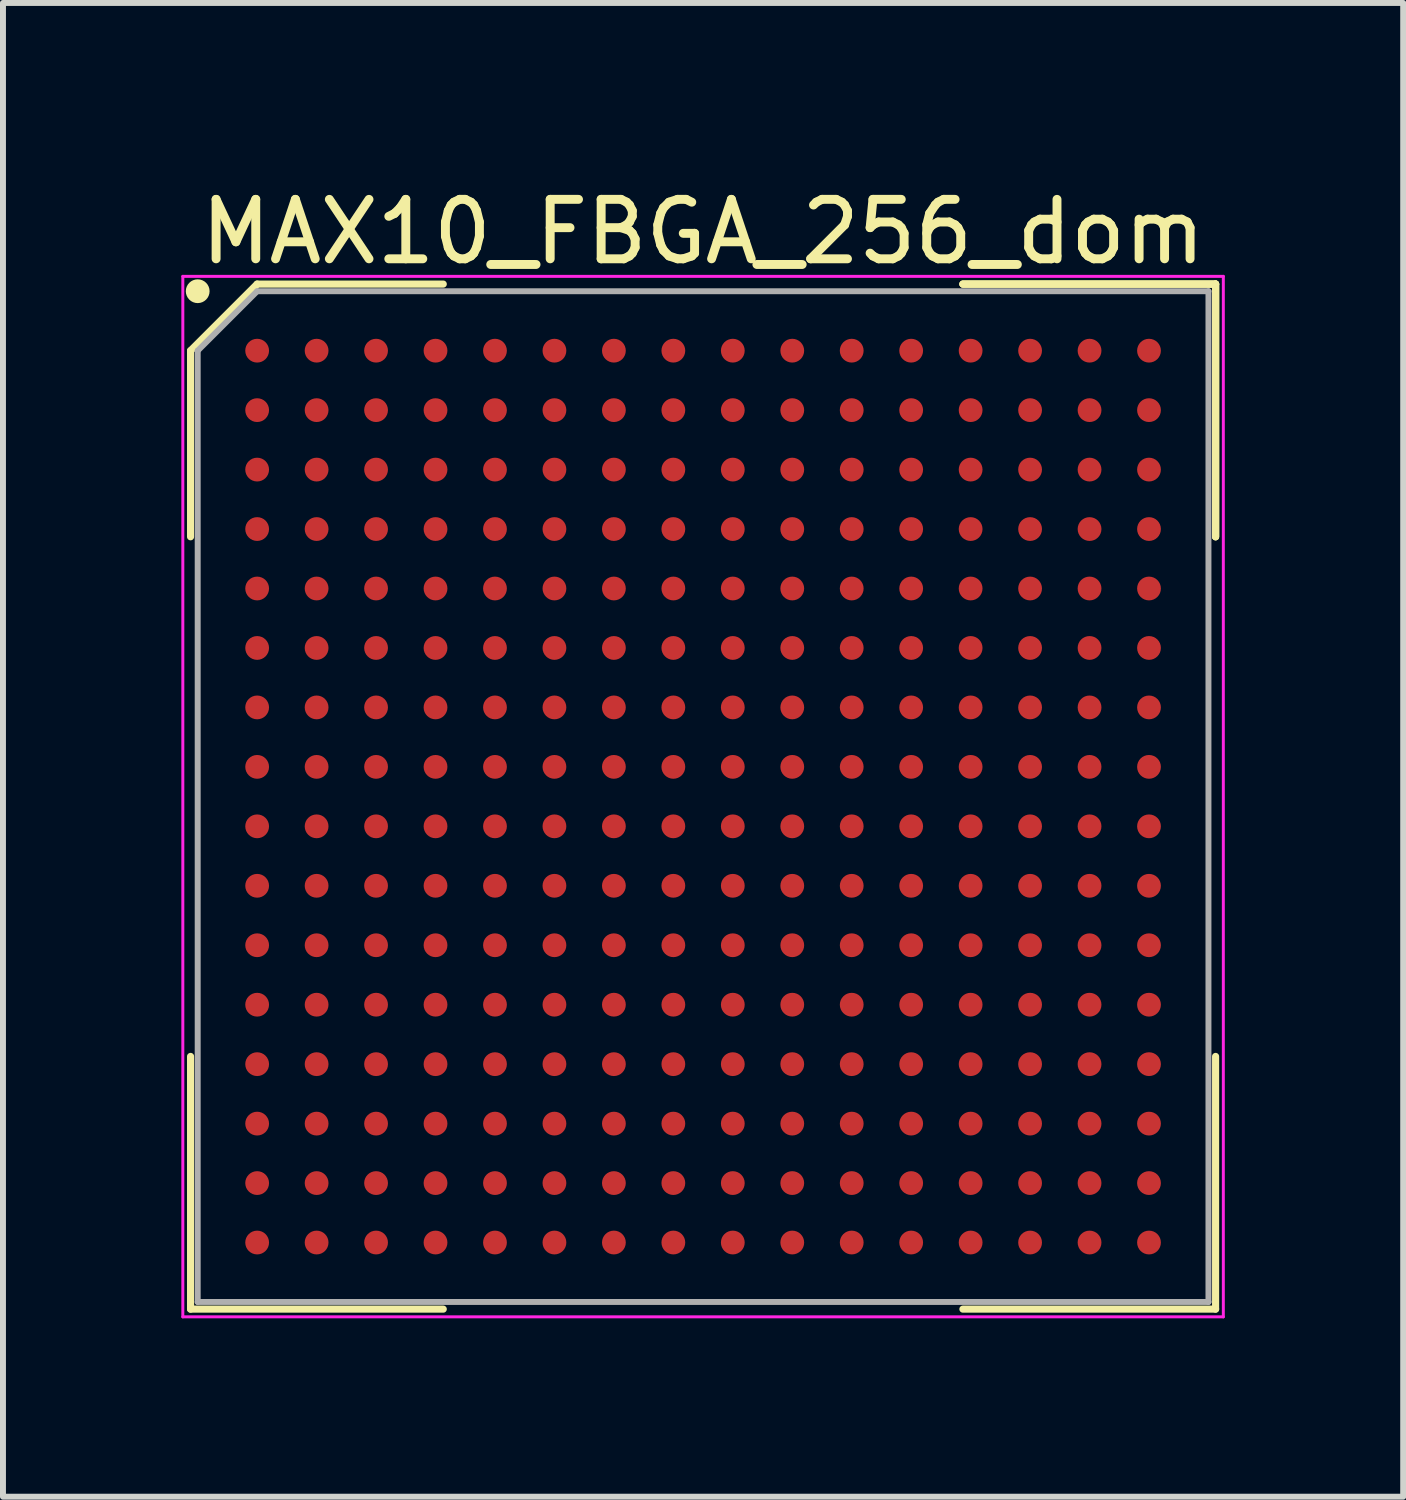
<source format=kicad_pcb>
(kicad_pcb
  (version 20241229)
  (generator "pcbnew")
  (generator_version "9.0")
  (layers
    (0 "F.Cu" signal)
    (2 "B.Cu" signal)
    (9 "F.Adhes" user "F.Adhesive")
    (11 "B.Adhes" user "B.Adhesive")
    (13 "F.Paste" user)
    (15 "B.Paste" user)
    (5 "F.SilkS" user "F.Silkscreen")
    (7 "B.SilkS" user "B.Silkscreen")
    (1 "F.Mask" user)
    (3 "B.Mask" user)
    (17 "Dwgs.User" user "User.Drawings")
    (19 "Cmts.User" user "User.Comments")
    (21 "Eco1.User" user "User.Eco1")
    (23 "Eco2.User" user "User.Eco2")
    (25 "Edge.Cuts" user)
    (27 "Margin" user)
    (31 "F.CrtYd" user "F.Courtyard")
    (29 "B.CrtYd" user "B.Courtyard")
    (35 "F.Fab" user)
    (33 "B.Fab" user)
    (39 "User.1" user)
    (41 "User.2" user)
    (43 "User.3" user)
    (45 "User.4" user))
  (footprint "MAX10_FBGA_256_dom"
    (layer "F.Cu")
    (at 8.775 10.348)
    (property "Reference" "MAX10_FBGA_256_dom" (at 0 -9.5 0) (layer "F.SilkS") (effects (font (size 1 1) (thickness 0.15))))
    (attr smd)
    (fp_line (start -8.62 -7.5) (end -8.62 -4.37) (stroke (width 0.12) (type solid)) (layer "F.SilkS"))
    (fp_line (start -8.62 8.62) (end -8.62 4.37) (stroke (width 0.12) (type solid)) (layer "F.SilkS"))
    (fp_line (start -7.5 -8.62) (end -8.62 -7.5) (stroke (width 0.12) (type solid)) (layer "F.SilkS"))
    (fp_line (start -4.37 -8.62) (end -7.5 -8.62) (stroke (width 0.12) (type solid)) (layer "F.SilkS"))
    (fp_line (start -4.37 8.62) (end -8.62 8.62) (stroke (width 0.12) (type solid)) (layer "F.SilkS"))
    (fp_line (start 4.37 -8.62) (end 8.62 -8.62) (stroke (width 0.12) (type solid)) (layer "F.SilkS"))
    (fp_line (start 4.37 -8.62) (end 8.62 -8.62) (stroke (width 0.12) (type solid)) (layer "F.SilkS"))
    (fp_line (start 4.37 -8.62) (end 8.62 -8.62) (stroke (width 0.12) (type solid)) (layer "F.SilkS"))
    (fp_line (start 4.37 8.62) (end 8.62 8.62) (stroke (width 0.12) (type solid)) (layer "F.SilkS"))
    (fp_line (start 8.62 -8.62) (end 8.62 -4.37) (stroke (width 0.12) (type solid)) (layer "F.SilkS"))
    (fp_line (start 8.62 -8.62) (end 8.62 -4.37) (stroke (width 0.12) (type solid)) (layer "F.SilkS"))
    (fp_line (start 8.62 -8.62) (end 8.62 -4.37) (stroke (width 0.12) (type solid)) (layer "F.SilkS"))
    (fp_line (start 8.62 8.62) (end 8.62 4.37) (stroke (width 0.12) (type solid)) (layer "F.SilkS"))
    (fp_circle (center -8.5 -8.5) (end -8.5 -8.4) (stroke (width 0.2) (type solid)) (fill no) (layer "F.SilkS"))
    (fp_line (start -8.75 -8.75) (end 8.75 -8.75) (stroke (width 0.05) (type solid)) (layer "F.CrtYd"))
    (fp_line (start -8.75 8.75) (end -8.75 -8.75) (stroke (width 0.05) (type solid)) (layer "F.CrtYd"))
    (fp_line (start 8.75 -8.75) (end 8.75 8.75) (stroke (width 0.05) (type solid)) (layer "F.CrtYd"))
    (fp_line (start 8.75 8.75) (end -8.75 8.75) (stroke (width 0.05) (type solid)) (layer "F.CrtYd"))
    (fp_line (start -8.5 -7.5) (end -8.5 8.5) (stroke (width 0.1) (type solid)) (layer "F.Fab"))
    (fp_line (start -8.5 8.5) (end 8.5 8.5) (stroke (width 0.1) (type solid)) (layer "F.Fab"))
    (fp_line (start -7.5 -8.5) (end -8.5 -7.5) (stroke (width 0.1) (type solid)) (layer "F.Fab"))
    (fp_line (start 8.5 -8.5) (end -7.5 -8.5) (stroke (width 0.1) (type solid)) (layer "F.Fab"))
    (fp_line (start 8.5 8.5) (end 8.5 -8.5) (stroke (width 0.1) (type solid)) (layer "F.Fab"))
    (pad "A1" smd circle (at -7.5 -7.5) (size 0.4 0.4) (layers "F.Cu" "F.Mask" "F.Paste"))
    (pad "A2" smd circle (at -6.5 -7.5) (size 0.4 0.4) (layers "F.Cu" "F.Mask" "F.Paste"))
    (pad "A3" smd circle (at -5.5 -7.5) (size 0.4 0.4) (layers "F.Cu" "F.Mask" "F.Paste"))
    (pad "A4" smd circle (at -4.5 -7.5) (size 0.4 0.4) (layers "F.Cu" "F.Mask" "F.Paste"))
    (pad "A5" smd circle (at -3.5 -7.5) (size 0.4 0.4) (layers "F.Cu" "F.Mask" "F.Paste"))
    (pad "A6" smd circle (at -2.5 -7.5) (size 0.4 0.4) (layers "F.Cu" "F.Mask" "F.Paste"))
    (pad "A7" smd circle (at -1.5 -7.5) (size 0.4 0.4) (layers "F.Cu" "F.Mask" "F.Paste"))
    (pad "A8" smd circle (at -0.5 -7.5) (size 0.4 0.4) (layers "F.Cu" "F.Mask" "F.Paste"))
    (pad "A9" smd circle (at 0.5 -7.5) (size 0.4 0.4) (layers "F.Cu" "F.Mask" "F.Paste"))
    (pad "A10" smd circle (at 1.5 -7.5) (size 0.4 0.4) (layers "F.Cu" "F.Mask" "F.Paste"))
    (pad "A11" smd circle (at 2.5 -7.5) (size 0.4 0.4) (layers "F.Cu" "F.Mask" "F.Paste"))
    (pad "A12" smd circle (at 3.5 -7.5) (size 0.4 0.4) (layers "F.Cu" "F.Mask" "F.Paste"))
    (pad "A13" smd circle (at 4.5 -7.5) (size 0.4 0.4) (layers "F.Cu" "F.Mask" "F.Paste"))
    (pad "A14" smd circle (at 5.5 -7.5) (size 0.4 0.4) (layers "F.Cu" "F.Mask" "F.Paste"))
    (pad "A15" smd circle (at 6.5 -7.5) (size 0.4 0.4) (layers "F.Cu" "F.Mask" "F.Paste"))
    (pad "A16" smd circle (at 7.5 -7.5) (size 0.4 0.4) (layers "F.Cu" "F.Mask" "F.Paste"))
    (pad "B1" smd circle (at -7.5 -6.5) (size 0.4 0.4) (layers "F.Cu" "F.Mask" "F.Paste"))
    (pad "B2" smd circle (at -6.5 -6.5) (size 0.4 0.4) (layers "F.Cu" "F.Mask" "F.Paste"))
    (pad "B3" smd circle (at -5.5 -6.5) (size 0.4 0.4) (layers "F.Cu" "F.Mask" "F.Paste"))
    (pad "B4" smd circle (at -4.5 -6.5) (size 0.4 0.4) (layers "F.Cu" "F.Mask" "F.Paste"))
    (pad "B5" smd circle (at -3.5 -6.5) (size 0.4 0.4) (layers "F.Cu" "F.Mask" "F.Paste"))
    (pad "B6" smd circle (at -2.5 -6.5) (size 0.4 0.4) (layers "F.Cu" "F.Mask" "F.Paste"))
    (pad "B7" smd circle (at -1.5 -6.5) (size 0.4 0.4) (layers "F.Cu" "F.Mask" "F.Paste"))
    (pad "B8" smd circle (at -0.5 -6.5) (size 0.4 0.4) (layers "F.Cu" "F.Mask" "F.Paste"))
    (pad "B9" smd circle (at 0.5 -6.5) (size 0.4 0.4) (layers "F.Cu" "F.Mask" "F.Paste"))
    (pad "B10" smd circle (at 1.5 -6.5) (size 0.4 0.4) (layers "F.Cu" "F.Mask" "F.Paste"))
    (pad "B11" smd circle (at 2.5 -6.5) (size 0.4 0.4) (layers "F.Cu" "F.Mask" "F.Paste"))
    (pad "B12" smd circle (at 3.5 -6.5) (size 0.4 0.4) (layers "F.Cu" "F.Mask" "F.Paste"))
    (pad "B13" smd circle (at 4.5 -6.5) (size 0.4 0.4) (layers "F.Cu" "F.Mask" "F.Paste"))
    (pad "B14" smd circle (at 5.5 -6.5) (size 0.4 0.4) (layers "F.Cu" "F.Mask" "F.Paste"))
    (pad "B15" smd circle (at 6.5 -6.5) (size 0.4 0.4) (layers "F.Cu" "F.Mask" "F.Paste"))
    (pad "B16" smd circle (at 7.5 -6.5) (size 0.4 0.4) (layers "F.Cu" "F.Mask" "F.Paste"))
    (pad "C1" smd circle (at -7.5 -5.5) (size 0.4 0.4) (layers "F.Cu" "F.Mask" "F.Paste"))
    (pad "C2" smd circle (at -6.5 -5.5) (size 0.4 0.4) (layers "F.Cu" "F.Mask" "F.Paste"))
    (pad "C3" smd circle (at -5.5 -5.5) (size 0.4 0.4) (layers "F.Cu" "F.Mask" "F.Paste"))
    (pad "C4" smd circle (at -4.5 -5.5) (size 0.4 0.4) (layers "F.Cu" "F.Mask" "F.Paste"))
    (pad "C5" smd circle (at -3.5 -5.5) (size 0.4 0.4) (layers "F.Cu" "F.Mask" "F.Paste"))
    (pad "C6" smd circle (at -2.5 -5.5) (size 0.4 0.4) (layers "F.Cu" "F.Mask" "F.Paste"))
    (pad "C7" smd circle (at -1.5 -5.5) (size 0.4 0.4) (layers "F.Cu" "F.Mask" "F.Paste"))
    (pad "C8" smd circle (at -0.5 -5.5) (size 0.4 0.4) (layers "F.Cu" "F.Mask" "F.Paste"))
    (pad "C9" smd circle (at 0.5 -5.5) (size 0.4 0.4) (layers "F.Cu" "F.Mask" "F.Paste"))
    (pad "C10" smd circle (at 1.5 -5.5) (size 0.4 0.4) (layers "F.Cu" "F.Mask" "F.Paste"))
    (pad "C11" smd circle (at 2.5 -5.5) (size 0.4 0.4) (layers "F.Cu" "F.Mask" "F.Paste"))
    (pad "C12" smd circle (at 3.5 -5.5) (size 0.4 0.4) (layers "F.Cu" "F.Mask" "F.Paste"))
    (pad "C13" smd circle (at 4.5 -5.5) (size 0.4 0.4) (layers "F.Cu" "F.Mask" "F.Paste"))
    (pad "C14" smd circle (at 5.5 -5.5) (size 0.4 0.4) (layers "F.Cu" "F.Mask" "F.Paste"))
    (pad "C15" smd circle (at 6.5 -5.5) (size 0.4 0.4) (layers "F.Cu" "F.Mask" "F.Paste"))
    (pad "C16" smd circle (at 7.5 -5.5) (size 0.4 0.4) (layers "F.Cu" "F.Mask" "F.Paste"))
    (pad "D1" smd circle (at -7.5 -4.5) (size 0.4 0.4) (layers "F.Cu" "F.Mask" "F.Paste"))
    (pad "D2" smd circle (at -6.5 -4.5) (size 0.4 0.4) (layers "F.Cu" "F.Mask" "F.Paste"))
    (pad "D3" smd circle (at -5.5 -4.5) (size 0.4 0.4) (layers "F.Cu" "F.Mask" "F.Paste"))
    (pad "D4" smd circle (at -4.5 -4.5) (size 0.4 0.4) (layers "F.Cu" "F.Mask" "F.Paste"))
    (pad "D5" smd circle (at -3.5 -4.5) (size 0.4 0.4) (layers "F.Cu" "F.Mask" "F.Paste"))
    (pad "D6" smd circle (at -2.5 -4.5) (size 0.4 0.4) (layers "F.Cu" "F.Mask" "F.Paste"))
    (pad "D7" smd circle (at -1.5 -4.5) (size 0.4 0.4) (layers "F.Cu" "F.Mask" "F.Paste"))
    (pad "D8" smd circle (at -0.5 -4.5) (size 0.4 0.4) (layers "F.Cu" "F.Mask" "F.Paste"))
    (pad "D9" smd circle (at 0.5 -4.5) (size 0.4 0.4) (layers "F.Cu" "F.Mask" "F.Paste"))
    (pad "D10" smd circle (at 1.5 -4.5) (size 0.4 0.4) (layers "F.Cu" "F.Mask" "F.Paste"))
    (pad "D11" smd circle (at 2.5 -4.5) (size 0.4 0.4) (layers "F.Cu" "F.Mask" "F.Paste"))
    (pad "D12" smd circle (at 3.5 -4.5) (size 0.4 0.4) (layers "F.Cu" "F.Mask" "F.Paste"))
    (pad "D13" smd circle (at 4.5 -4.5) (size 0.4 0.4) (layers "F.Cu" "F.Mask" "F.Paste"))
    (pad "D14" smd circle (at 5.5 -4.5) (size 0.4 0.4) (layers "F.Cu" "F.Mask" "F.Paste"))
    (pad "D15" smd circle (at 6.5 -4.5) (size 0.4 0.4) (layers "F.Cu" "F.Mask" "F.Paste"))
    (pad "D16" smd circle (at 7.5 -4.5) (size 0.4 0.4) (layers "F.Cu" "F.Mask" "F.Paste"))
    (pad "E1" smd circle (at -7.5 -3.5) (size 0.4 0.4) (layers "F.Cu" "F.Mask" "F.Paste"))
    (pad "E2" smd circle (at -6.5 -3.5) (size 0.4 0.4) (layers "F.Cu" "F.Mask" "F.Paste"))
    (pad "E3" smd circle (at -5.5 -3.5) (size 0.4 0.4) (layers "F.Cu" "F.Mask" "F.Paste"))
    (pad "E4" smd circle (at -4.5 -3.5) (size 0.4 0.4) (layers "F.Cu" "F.Mask" "F.Paste"))
    (pad "E5" smd circle (at -3.5 -3.5) (size 0.4 0.4) (layers "F.Cu" "F.Mask" "F.Paste"))
    (pad "E6" smd circle (at -2.5 -3.5) (size 0.4 0.4) (layers "F.Cu" "F.Mask" "F.Paste"))
    (pad "E7" smd circle (at -1.5 -3.5) (size 0.4 0.4) (layers "F.Cu" "F.Mask" "F.Paste"))
    (pad "E8" smd circle (at -0.5 -3.5) (size 0.4 0.4) (layers "F.Cu" "F.Mask" "F.Paste"))
    (pad "E9" smd circle (at 0.5 -3.5) (size 0.4 0.4) (layers "F.Cu" "F.Mask" "F.Paste"))
    (pad "E10" smd circle (at 1.5 -3.5) (size 0.4 0.4) (layers "F.Cu" "F.Mask" "F.Paste"))
    (pad "E11" smd circle (at 2.5 -3.5) (size 0.4 0.4) (layers "F.Cu" "F.Mask" "F.Paste"))
    (pad "E12" smd circle (at 3.5 -3.5) (size 0.4 0.4) (layers "F.Cu" "F.Mask" "F.Paste"))
    (pad "E13" smd circle (at 4.5 -3.5) (size 0.4 0.4) (layers "F.Cu" "F.Mask" "F.Paste"))
    (pad "E14" smd circle (at 5.5 -3.5) (size 0.4 0.4) (layers "F.Cu" "F.Mask" "F.Paste"))
    (pad "E15" smd circle (at 6.5 -3.5) (size 0.4 0.4) (layers "F.Cu" "F.Mask" "F.Paste"))
    (pad "E16" smd circle (at 7.5 -3.5) (size 0.4 0.4) (layers "F.Cu" "F.Mask" "F.Paste"))
    (pad "F1" smd circle (at -7.5 -2.5) (size 0.4 0.4) (layers "F.Cu" "F.Mask" "F.Paste"))
    (pad "F2" smd circle (at -6.5 -2.5) (size 0.4 0.4) (layers "F.Cu" "F.Mask" "F.Paste"))
    (pad "F3" smd circle (at -5.5 -2.5) (size 0.4 0.4) (layers "F.Cu" "F.Mask" "F.Paste"))
    (pad "F4" smd circle (at -4.5 -2.5) (size 0.4 0.4) (layers "F.Cu" "F.Mask" "F.Paste"))
    (pad "F5" smd circle (at -3.5 -2.5) (size 0.4 0.4) (layers "F.Cu" "F.Mask" "F.Paste"))
    (pad "F6" smd circle (at -2.5 -2.5) (size 0.4 0.4) (layers "F.Cu" "F.Mask" "F.Paste"))
    (pad "F7" smd circle (at -1.5 -2.5) (size 0.4 0.4) (layers "F.Cu" "F.Mask" "F.Paste"))
    (pad "F8" smd circle (at -0.5 -2.5) (size 0.4 0.4) (layers "F.Cu" "F.Mask" "F.Paste"))
    (pad "F9" smd circle (at 0.5 -2.5) (size 0.4 0.4) (layers "F.Cu" "F.Mask" "F.Paste"))
    (pad "F10" smd circle (at 1.5 -2.5) (size 0.4 0.4) (layers "F.Cu" "F.Mask" "F.Paste"))
    (pad "F11" smd circle (at 2.5 -2.5) (size 0.4 0.4) (layers "F.Cu" "F.Mask" "F.Paste"))
    (pad "F12" smd circle (at 3.5 -2.5) (size 0.4 0.4) (layers "F.Cu" "F.Mask" "F.Paste"))
    (pad "F13" smd circle (at 4.5 -2.5) (size 0.4 0.4) (layers "F.Cu" "F.Mask" "F.Paste"))
    (pad "F14" smd circle (at 5.5 -2.5) (size 0.4 0.4) (layers "F.Cu" "F.Mask" "F.Paste"))
    (pad "F15" smd circle (at 6.5 -2.5) (size 0.4 0.4) (layers "F.Cu" "F.Mask" "F.Paste"))
    (pad "F16" smd circle (at 7.5 -2.5) (size 0.4 0.4) (layers "F.Cu" "F.Mask" "F.Paste"))
    (pad "G1" smd circle (at -7.5 -1.5) (size 0.4 0.4) (layers "F.Cu" "F.Mask" "F.Paste"))
    (pad "G2" smd circle (at -6.5 -1.5) (size 0.4 0.4) (layers "F.Cu" "F.Mask" "F.Paste"))
    (pad "G3" smd circle (at -5.5 -1.5) (size 0.4 0.4) (layers "F.Cu" "F.Mask" "F.Paste"))
    (pad "G4" smd circle (at -4.5 -1.5) (size 0.4 0.4) (layers "F.Cu" "F.Mask" "F.Paste"))
    (pad "G5" smd circle (at -3.5 -1.5) (size 0.4 0.4) (layers "F.Cu" "F.Mask" "F.Paste"))
    (pad "G6" smd circle (at -2.5 -1.5) (size 0.4 0.4) (layers "F.Cu" "F.Mask" "F.Paste"))
    (pad "G7" smd circle (at -1.5 -1.5) (size 0.4 0.4) (layers "F.Cu" "F.Mask" "F.Paste"))
    (pad "G8" smd circle (at -0.5 -1.5) (size 0.4 0.4) (layers "F.Cu" "F.Mask" "F.Paste"))
    (pad "G9" smd circle (at 0.5 -1.5) (size 0.4 0.4) (layers "F.Cu" "F.Mask" "F.Paste"))
    (pad "G10" smd circle (at 1.5 -1.5) (size 0.4 0.4) (layers "F.Cu" "F.Mask" "F.Paste"))
    (pad "G11" smd circle (at 2.5 -1.5) (size 0.4 0.4) (layers "F.Cu" "F.Mask" "F.Paste"))
    (pad "G12" smd circle (at 3.5 -1.5) (size 0.4 0.4) (layers "F.Cu" "F.Mask" "F.Paste"))
    (pad "G13" smd circle (at 4.5 -1.5) (size 0.4 0.4) (layers "F.Cu" "F.Mask" "F.Paste"))
    (pad "G14" smd circle (at 5.5 -1.5) (size 0.4 0.4) (layers "F.Cu" "F.Mask" "F.Paste"))
    (pad "G15" smd circle (at 6.5 -1.5) (size 0.4 0.4) (layers "F.Cu" "F.Mask" "F.Paste"))
    (pad "G16" smd circle (at 7.5 -1.5) (size 0.4 0.4) (layers "F.Cu" "F.Mask" "F.Paste"))
    (pad "H1" smd circle (at -7.5 -0.5) (size 0.4 0.4) (layers "F.Cu" "F.Mask" "F.Paste"))
    (pad "H2" smd circle (at -6.5 -0.5) (size 0.4 0.4) (layers "F.Cu" "F.Mask" "F.Paste"))
    (pad "H3" smd circle (at -5.5 -0.5) (size 0.4 0.4) (layers "F.Cu" "F.Mask" "F.Paste"))
    (pad "H4" smd circle (at -4.5 -0.5) (size 0.4 0.4) (layers "F.Cu" "F.Mask" "F.Paste"))
    (pad "H5" smd circle (at -3.5 -0.5) (size 0.4 0.4) (layers "F.Cu" "F.Mask" "F.Paste"))
    (pad "H6" smd circle (at -2.5 -0.5) (size 0.4 0.4) (layers "F.Cu" "F.Mask" "F.Paste"))
    (pad "H7" smd circle (at -1.5 -0.5) (size 0.4 0.4) (layers "F.Cu" "F.Mask" "F.Paste"))
    (pad "H8" smd circle (at -0.5 -0.5) (size 0.4 0.4) (layers "F.Cu" "F.Mask" "F.Paste"))
    (pad "H9" smd circle (at 0.5 -0.5) (size 0.4 0.4) (layers "F.Cu" "F.Mask" "F.Paste"))
    (pad "H10" smd circle (at 1.5 -0.5) (size 0.4 0.4) (layers "F.Cu" "F.Mask" "F.Paste"))
    (pad "H11" smd circle (at 2.5 -0.5) (size 0.4 0.4) (layers "F.Cu" "F.Mask" "F.Paste"))
    (pad "H12" smd circle (at 3.5 -0.5) (size 0.4 0.4) (layers "F.Cu" "F.Mask" "F.Paste"))
    (pad "H13" smd circle (at 4.5 -0.5) (size 0.4 0.4) (layers "F.Cu" "F.Mask" "F.Paste"))
    (pad "H14" smd circle (at 5.5 -0.5) (size 0.4 0.4) (layers "F.Cu" "F.Mask" "F.Paste"))
    (pad "H15" smd circle (at 6.5 -0.5) (size 0.4 0.4) (layers "F.Cu" "F.Mask" "F.Paste"))
    (pad "H16" smd circle (at 7.5 -0.5) (size 0.4 0.4) (layers "F.Cu" "F.Mask" "F.Paste"))
    (pad "J1" smd circle (at -7.5 0.5) (size 0.4 0.4) (layers "F.Cu" "F.Mask" "F.Paste"))
    (pad "J2" smd circle (at -6.5 0.5) (size 0.4 0.4) (layers "F.Cu" "F.Mask" "F.Paste"))
    (pad "J3" smd circle (at -5.5 0.5) (size 0.4 0.4) (layers "F.Cu" "F.Mask" "F.Paste"))
    (pad "J4" smd circle (at -4.5 0.5) (size 0.4 0.4) (layers "F.Cu" "F.Mask" "F.Paste"))
    (pad "J5" smd circle (at -3.5 0.5) (size 0.4 0.4) (layers "F.Cu" "F.Mask" "F.Paste"))
    (pad "J6" smd circle (at -2.5 0.5) (size 0.4 0.4) (layers "F.Cu" "F.Mask" "F.Paste"))
    (pad "J7" smd circle (at -1.5 0.5) (size 0.4 0.4) (layers "F.Cu" "F.Mask" "F.Paste"))
    (pad "J8" smd circle (at -0.5 0.5) (size 0.4 0.4) (layers "F.Cu" "F.Mask" "F.Paste"))
    (pad "J9" smd circle (at 0.5 0.5) (size 0.4 0.4) (layers "F.Cu" "F.Mask" "F.Paste"))
    (pad "J10" smd circle (at 1.5 0.5) (size 0.4 0.4) (layers "F.Cu" "F.Mask" "F.Paste"))
    (pad "J11" smd circle (at 2.5 0.5) (size 0.4 0.4) (layers "F.Cu" "F.Mask" "F.Paste"))
    (pad "J12" smd circle (at 3.5 0.5) (size 0.4 0.4) (layers "F.Cu" "F.Mask" "F.Paste"))
    (pad "J13" smd circle (at 4.5 0.5) (size 0.4 0.4) (layers "F.Cu" "F.Mask" "F.Paste"))
    (pad "J14" smd circle (at 5.5 0.5) (size 0.4 0.4) (layers "F.Cu" "F.Mask" "F.Paste"))
    (pad "J15" smd circle (at 6.5 0.5) (size 0.4 0.4) (layers "F.Cu" "F.Mask" "F.Paste"))
    (pad "J16" smd circle (at 7.5 0.5) (size 0.4 0.4) (layers "F.Cu" "F.Mask" "F.Paste"))
    (pad "K1" smd circle (at -7.5 1.5) (size 0.4 0.4) (layers "F.Cu" "F.Mask" "F.Paste"))
    (pad "K2" smd circle (at -6.5 1.5) (size 0.4 0.4) (layers "F.Cu" "F.Mask" "F.Paste"))
    (pad "K3" smd circle (at -5.5 1.5) (size 0.4 0.4) (layers "F.Cu" "F.Mask" "F.Paste"))
    (pad "K4" smd circle (at -4.5 1.5) (size 0.4 0.4) (layers "F.Cu" "F.Mask" "F.Paste"))
    (pad "K5" smd circle (at -3.5 1.5) (size 0.4 0.4) (layers "F.Cu" "F.Mask" "F.Paste"))
    (pad "K6" smd circle (at -2.5 1.5) (size 0.4 0.4) (layers "F.Cu" "F.Mask" "F.Paste"))
    (pad "K7" smd circle (at -1.5 1.5) (size 0.4 0.4) (layers "F.Cu" "F.Mask" "F.Paste"))
    (pad "K8" smd circle (at -0.5 1.5) (size 0.4 0.4) (layers "F.Cu" "F.Mask" "F.Paste"))
    (pad "K9" smd circle (at 0.5 1.5) (size 0.4 0.4) (layers "F.Cu" "F.Mask" "F.Paste"))
    (pad "K10" smd circle (at 1.5 1.5) (size 0.4 0.4) (layers "F.Cu" "F.Mask" "F.Paste"))
    (pad "K11" smd circle (at 2.5 1.5) (size 0.4 0.4) (layers "F.Cu" "F.Mask" "F.Paste"))
    (pad "K12" smd circle (at 3.5 1.5) (size 0.4 0.4) (layers "F.Cu" "F.Mask" "F.Paste"))
    (pad "K13" smd circle (at 4.5 1.5) (size 0.4 0.4) (layers "F.Cu" "F.Mask" "F.Paste"))
    (pad "K14" smd circle (at 5.5 1.5) (size 0.4 0.4) (layers "F.Cu" "F.Mask" "F.Paste"))
    (pad "K15" smd circle (at 6.5 1.5) (size 0.4 0.4) (layers "F.Cu" "F.Mask" "F.Paste"))
    (pad "K16" smd circle (at 7.5 1.5) (size 0.4 0.4) (layers "F.Cu" "F.Mask" "F.Paste"))
    (pad "L1" smd circle (at -7.5 2.5) (size 0.4 0.4) (layers "F.Cu" "F.Mask" "F.Paste"))
    (pad "L2" smd circle (at -6.5 2.5) (size 0.4 0.4) (layers "F.Cu" "F.Mask" "F.Paste"))
    (pad "L3" smd circle (at -5.5 2.5) (size 0.4 0.4) (layers "F.Cu" "F.Mask" "F.Paste"))
    (pad "L4" smd circle (at -4.5 2.5) (size 0.4 0.4) (layers "F.Cu" "F.Mask" "F.Paste"))
    (pad "L5" smd circle (at -3.5 2.5) (size 0.4 0.4) (layers "F.Cu" "F.Mask" "F.Paste"))
    (pad "L6" smd circle (at -2.5 2.5) (size 0.4 0.4) (layers "F.Cu" "F.Mask" "F.Paste"))
    (pad "L7" smd circle (at -1.5 2.5) (size 0.4 0.4) (layers "F.Cu" "F.Mask" "F.Paste"))
    (pad "L8" smd circle (at -0.5 2.5) (size 0.4 0.4) (layers "F.Cu" "F.Mask" "F.Paste"))
    (pad "L9" smd circle (at 0.5 2.5) (size 0.4 0.4) (layers "F.Cu" "F.Mask" "F.Paste"))
    (pad "L10" smd circle (at 1.5 2.5) (size 0.4 0.4) (layers "F.Cu" "F.Mask" "F.Paste"))
    (pad "L11" smd circle (at 2.5 2.5) (size 0.4 0.4) (layers "F.Cu" "F.Mask" "F.Paste"))
    (pad "L12" smd circle (at 3.5 2.5) (size 0.4 0.4) (layers "F.Cu" "F.Mask" "F.Paste"))
    (pad "L13" smd circle (at 4.5 2.5) (size 0.4 0.4) (layers "F.Cu" "F.Mask" "F.Paste"))
    (pad "L14" smd circle (at 5.5 2.5) (size 0.4 0.4) (layers "F.Cu" "F.Mask" "F.Paste"))
    (pad "L15" smd circle (at 6.5 2.5) (size 0.4 0.4) (layers "F.Cu" "F.Mask" "F.Paste"))
    (pad "L16" smd circle (at 7.5 2.5) (size 0.4 0.4) (layers "F.Cu" "F.Mask" "F.Paste"))
    (pad "M1" smd circle (at -7.5 3.5) (size 0.4 0.4) (layers "F.Cu" "F.Mask" "F.Paste"))
    (pad "M2" smd circle (at -6.5 3.5) (size 0.4 0.4) (layers "F.Cu" "F.Mask" "F.Paste"))
    (pad "M3" smd circle (at -5.5 3.5) (size 0.4 0.4) (layers "F.Cu" "F.Mask" "F.Paste"))
    (pad "M4" smd circle (at -4.5 3.5) (size 0.4 0.4) (layers "F.Cu" "F.Mask" "F.Paste"))
    (pad "M5" smd circle (at -3.5 3.5) (size 0.4 0.4) (layers "F.Cu" "F.Mask" "F.Paste"))
    (pad "M6" smd circle (at -2.5 3.5) (size 0.4 0.4) (layers "F.Cu" "F.Mask" "F.Paste"))
    (pad "M7" smd circle (at -1.5 3.5) (size 0.4 0.4) (layers "F.Cu" "F.Mask" "F.Paste"))
    (pad "M8" smd circle (at -0.5 3.5) (size 0.4 0.4) (layers "F.Cu" "F.Mask" "F.Paste"))
    (pad "M9" smd circle (at 0.5 3.5) (size 0.4 0.4) (layers "F.Cu" "F.Mask" "F.Paste"))
    (pad "M10" smd circle (at 1.5 3.5) (size 0.4 0.4) (layers "F.Cu" "F.Mask" "F.Paste"))
    (pad "M11" smd circle (at 2.5 3.5) (size 0.4 0.4) (layers "F.Cu" "F.Mask" "F.Paste"))
    (pad "M12" smd circle (at 3.5 3.5) (size 0.4 0.4) (layers "F.Cu" "F.Mask" "F.Paste"))
    (pad "M13" smd circle (at 4.5 3.5) (size 0.4 0.4) (layers "F.Cu" "F.Mask" "F.Paste"))
    (pad "M14" smd circle (at 5.5 3.5) (size 0.4 0.4) (layers "F.Cu" "F.Mask" "F.Paste"))
    (pad "M15" smd circle (at 6.5 3.5) (size 0.4 0.4) (layers "F.Cu" "F.Mask" "F.Paste"))
    (pad "M16" smd circle (at 7.5 3.5) (size 0.4 0.4) (layers "F.Cu" "F.Mask" "F.Paste"))
    (pad "N1" smd circle (at -7.5 4.5) (size 0.4 0.4) (layers "F.Cu" "F.Mask" "F.Paste"))
    (pad "N2" smd circle (at -6.5 4.5) (size 0.4 0.4) (layers "F.Cu" "F.Mask" "F.Paste"))
    (pad "N3" smd circle (at -5.5 4.5) (size 0.4 0.4) (layers "F.Cu" "F.Mask" "F.Paste"))
    (pad "N4" smd circle (at -4.5 4.5) (size 0.4 0.4) (layers "F.Cu" "F.Mask" "F.Paste"))
    (pad "N5" smd circle (at -3.5 4.5) (size 0.4 0.4) (layers "F.Cu" "F.Mask" "F.Paste"))
    (pad "N6" smd circle (at -2.5 4.5) (size 0.4 0.4) (layers "F.Cu" "F.Mask" "F.Paste"))
    (pad "N7" smd circle (at -1.5 4.5) (size 0.4 0.4) (layers "F.Cu" "F.Mask" "F.Paste"))
    (pad "N8" smd circle (at -0.5 4.5) (size 0.4 0.4) (layers "F.Cu" "F.Mask" "F.Paste"))
    (pad "N9" smd circle (at 0.5 4.5) (size 0.4 0.4) (layers "F.Cu" "F.Mask" "F.Paste"))
    (pad "N10" smd circle (at 1.5 4.5) (size 0.4 0.4) (layers "F.Cu" "F.Mask" "F.Paste"))
    (pad "N11" smd circle (at 2.5 4.5) (size 0.4 0.4) (layers "F.Cu" "F.Mask" "F.Paste"))
    (pad "N12" smd circle (at 3.5 4.5) (size 0.4 0.4) (layers "F.Cu" "F.Mask" "F.Paste"))
    (pad "N13" smd circle (at 4.5 4.5) (size 0.4 0.4) (layers "F.Cu" "F.Mask" "F.Paste"))
    (pad "N14" smd circle (at 5.5 4.5) (size 0.4 0.4) (layers "F.Cu" "F.Mask" "F.Paste"))
    (pad "N15" smd circle (at 6.5 4.5) (size 0.4 0.4) (layers "F.Cu" "F.Mask" "F.Paste"))
    (pad "N16" smd circle (at 7.5 4.5) (size 0.4 0.4) (layers "F.Cu" "F.Mask" "F.Paste"))
    (pad "P1" smd circle (at -7.5 5.5) (size 0.4 0.4) (layers "F.Cu" "F.Mask" "F.Paste"))
    (pad "P2" smd circle (at -6.5 5.5) (size 0.4 0.4) (layers "F.Cu" "F.Mask" "F.Paste"))
    (pad "P3" smd circle (at -5.5 5.5) (size 0.4 0.4) (layers "F.Cu" "F.Mask" "F.Paste"))
    (pad "P4" smd circle (at -4.5 5.5) (size 0.4 0.4) (layers "F.Cu" "F.Mask" "F.Paste"))
    (pad "P5" smd circle (at -3.5 5.5) (size 0.4 0.4) (layers "F.Cu" "F.Mask" "F.Paste"))
    (pad "P6" smd circle (at -2.5 5.5) (size 0.4 0.4) (layers "F.Cu" "F.Mask" "F.Paste"))
    (pad "P7" smd circle (at -1.5 5.5) (size 0.4 0.4) (layers "F.Cu" "F.Mask" "F.Paste"))
    (pad "P8" smd circle (at -0.5 5.5) (size 0.4 0.4) (layers "F.Cu" "F.Mask" "F.Paste"))
    (pad "P9" smd circle (at 0.5 5.5) (size 0.4 0.4) (layers "F.Cu" "F.Mask" "F.Paste"))
    (pad "P10" smd circle (at 1.5 5.5) (size 0.4 0.4) (layers "F.Cu" "F.Mask" "F.Paste"))
    (pad "P11" smd circle (at 2.5 5.5) (size 0.4 0.4) (layers "F.Cu" "F.Mask" "F.Paste"))
    (pad "P12" smd circle (at 3.5 5.5) (size 0.4 0.4) (layers "F.Cu" "F.Mask" "F.Paste"))
    (pad "P13" smd circle (at 4.5 5.5) (size 0.4 0.4) (layers "F.Cu" "F.Mask" "F.Paste"))
    (pad "P14" smd circle (at 5.5 5.5) (size 0.4 0.4) (layers "F.Cu" "F.Mask" "F.Paste"))
    (pad "P15" smd circle (at 6.5 5.5) (size 0.4 0.4) (layers "F.Cu" "F.Mask" "F.Paste"))
    (pad "P16" smd circle (at 7.5 5.5) (size 0.4 0.4) (layers "F.Cu" "F.Mask" "F.Paste"))
    (pad "R1" smd circle (at -7.5 6.5) (size 0.4 0.4) (layers "F.Cu" "F.Mask" "F.Paste"))
    (pad "R2" smd circle (at -6.5 6.5) (size 0.4 0.4) (layers "F.Cu" "F.Mask" "F.Paste"))
    (pad "R3" smd circle (at -5.5 6.5) (size 0.4 0.4) (layers "F.Cu" "F.Mask" "F.Paste"))
    (pad "R4" smd circle (at -4.5 6.5) (size 0.4 0.4) (layers "F.Cu" "F.Mask" "F.Paste"))
    (pad "R5" smd circle (at -3.5 6.5) (size 0.4 0.4) (layers "F.Cu" "F.Mask" "F.Paste"))
    (pad "R6" smd circle (at -2.5 6.5) (size 0.4 0.4) (layers "F.Cu" "F.Mask" "F.Paste"))
    (pad "R7" smd circle (at -1.5 6.5) (size 0.4 0.4) (layers "F.Cu" "F.Mask" "F.Paste"))
    (pad "R8" smd circle (at -0.5 6.5) (size 0.4 0.4) (layers "F.Cu" "F.Mask" "F.Paste"))
    (pad "R9" smd circle (at 0.5 6.5) (size 0.4 0.4) (layers "F.Cu" "F.Mask" "F.Paste"))
    (pad "R10" smd circle (at 1.5 6.5) (size 0.4 0.4) (layers "F.Cu" "F.Mask" "F.Paste"))
    (pad "R11" smd circle (at 2.5 6.5) (size 0.4 0.4) (layers "F.Cu" "F.Mask" "F.Paste"))
    (pad "R12" smd circle (at 3.5 6.5) (size 0.4 0.4) (layers "F.Cu" "F.Mask" "F.Paste"))
    (pad "R13" smd circle (at 4.5 6.5) (size 0.4 0.4) (layers "F.Cu" "F.Mask" "F.Paste"))
    (pad "R14" smd circle (at 5.5 6.5) (size 0.4 0.4) (layers "F.Cu" "F.Mask" "F.Paste"))
    (pad "R15" smd circle (at 6.5 6.5) (size 0.4 0.4) (layers "F.Cu" "F.Mask" "F.Paste"))
    (pad "R16" smd circle (at 7.5 6.5) (size 0.4 0.4) (layers "F.Cu" "F.Mask" "F.Paste"))
    (pad "T1" smd circle (at -7.5 7.5) (size 0.4 0.4) (layers "F.Cu" "F.Mask" "F.Paste"))
    (pad "T2" smd circle (at -6.5 7.5) (size 0.4 0.4) (layers "F.Cu" "F.Mask" "F.Paste"))
    (pad "T3" smd circle (at -5.5 7.5) (size 0.4 0.4) (layers "F.Cu" "F.Mask" "F.Paste"))
    (pad "T4" smd circle (at -4.5 7.5) (size 0.4 0.4) (layers "F.Cu" "F.Mask" "F.Paste"))
    (pad "T5" smd circle (at -3.5 7.5) (size 0.4 0.4) (layers "F.Cu" "F.Mask" "F.Paste"))
    (pad "T6" smd circle (at -2.5 7.5) (size 0.4 0.4) (layers "F.Cu" "F.Mask" "F.Paste"))
    (pad "T7" smd circle (at -1.5 7.5) (size 0.4 0.4) (layers "F.Cu" "F.Mask" "F.Paste"))
    (pad "T8" smd circle (at -0.5 7.5) (size 0.4 0.4) (layers "F.Cu" "F.Mask" "F.Paste"))
    (pad "T9" smd circle (at 0.5 7.5) (size 0.4 0.4) (layers "F.Cu" "F.Mask" "F.Paste"))
    (pad "T10" smd circle (at 1.5 7.5) (size 0.4 0.4) (layers "F.Cu" "F.Mask" "F.Paste"))
    (pad "T11" smd circle (at 2.5 7.5) (size 0.4 0.4) (layers "F.Cu" "F.Mask" "F.Paste"))
    (pad "T12" smd circle (at 3.5 7.5) (size 0.4 0.4) (layers "F.Cu" "F.Mask" "F.Paste"))
    (pad "T13" smd circle (at 4.5 7.5) (size 0.4 0.4) (layers "F.Cu" "F.Mask" "F.Paste"))
    (pad "T14" smd circle (at 5.5 7.5) (size 0.4 0.4) (layers "F.Cu" "F.Mask" "F.Paste"))
    (pad "T15" smd circle (at 6.5 7.5) (size 0.4 0.4) (layers "F.Cu" "F.Mask" "F.Paste"))
    (pad "T16" smd circle (at 7.5 7.5) (size 0.4 0.4) (layers "F.Cu" "F.Mask" "F.Paste")))
  (gr_rect
    (start -3 -3)
    (end 20.55 22.123)
    (stroke (width 0.1) (type default))
    (fill no)
    (layer "Edge.Cuts")))
</source>
